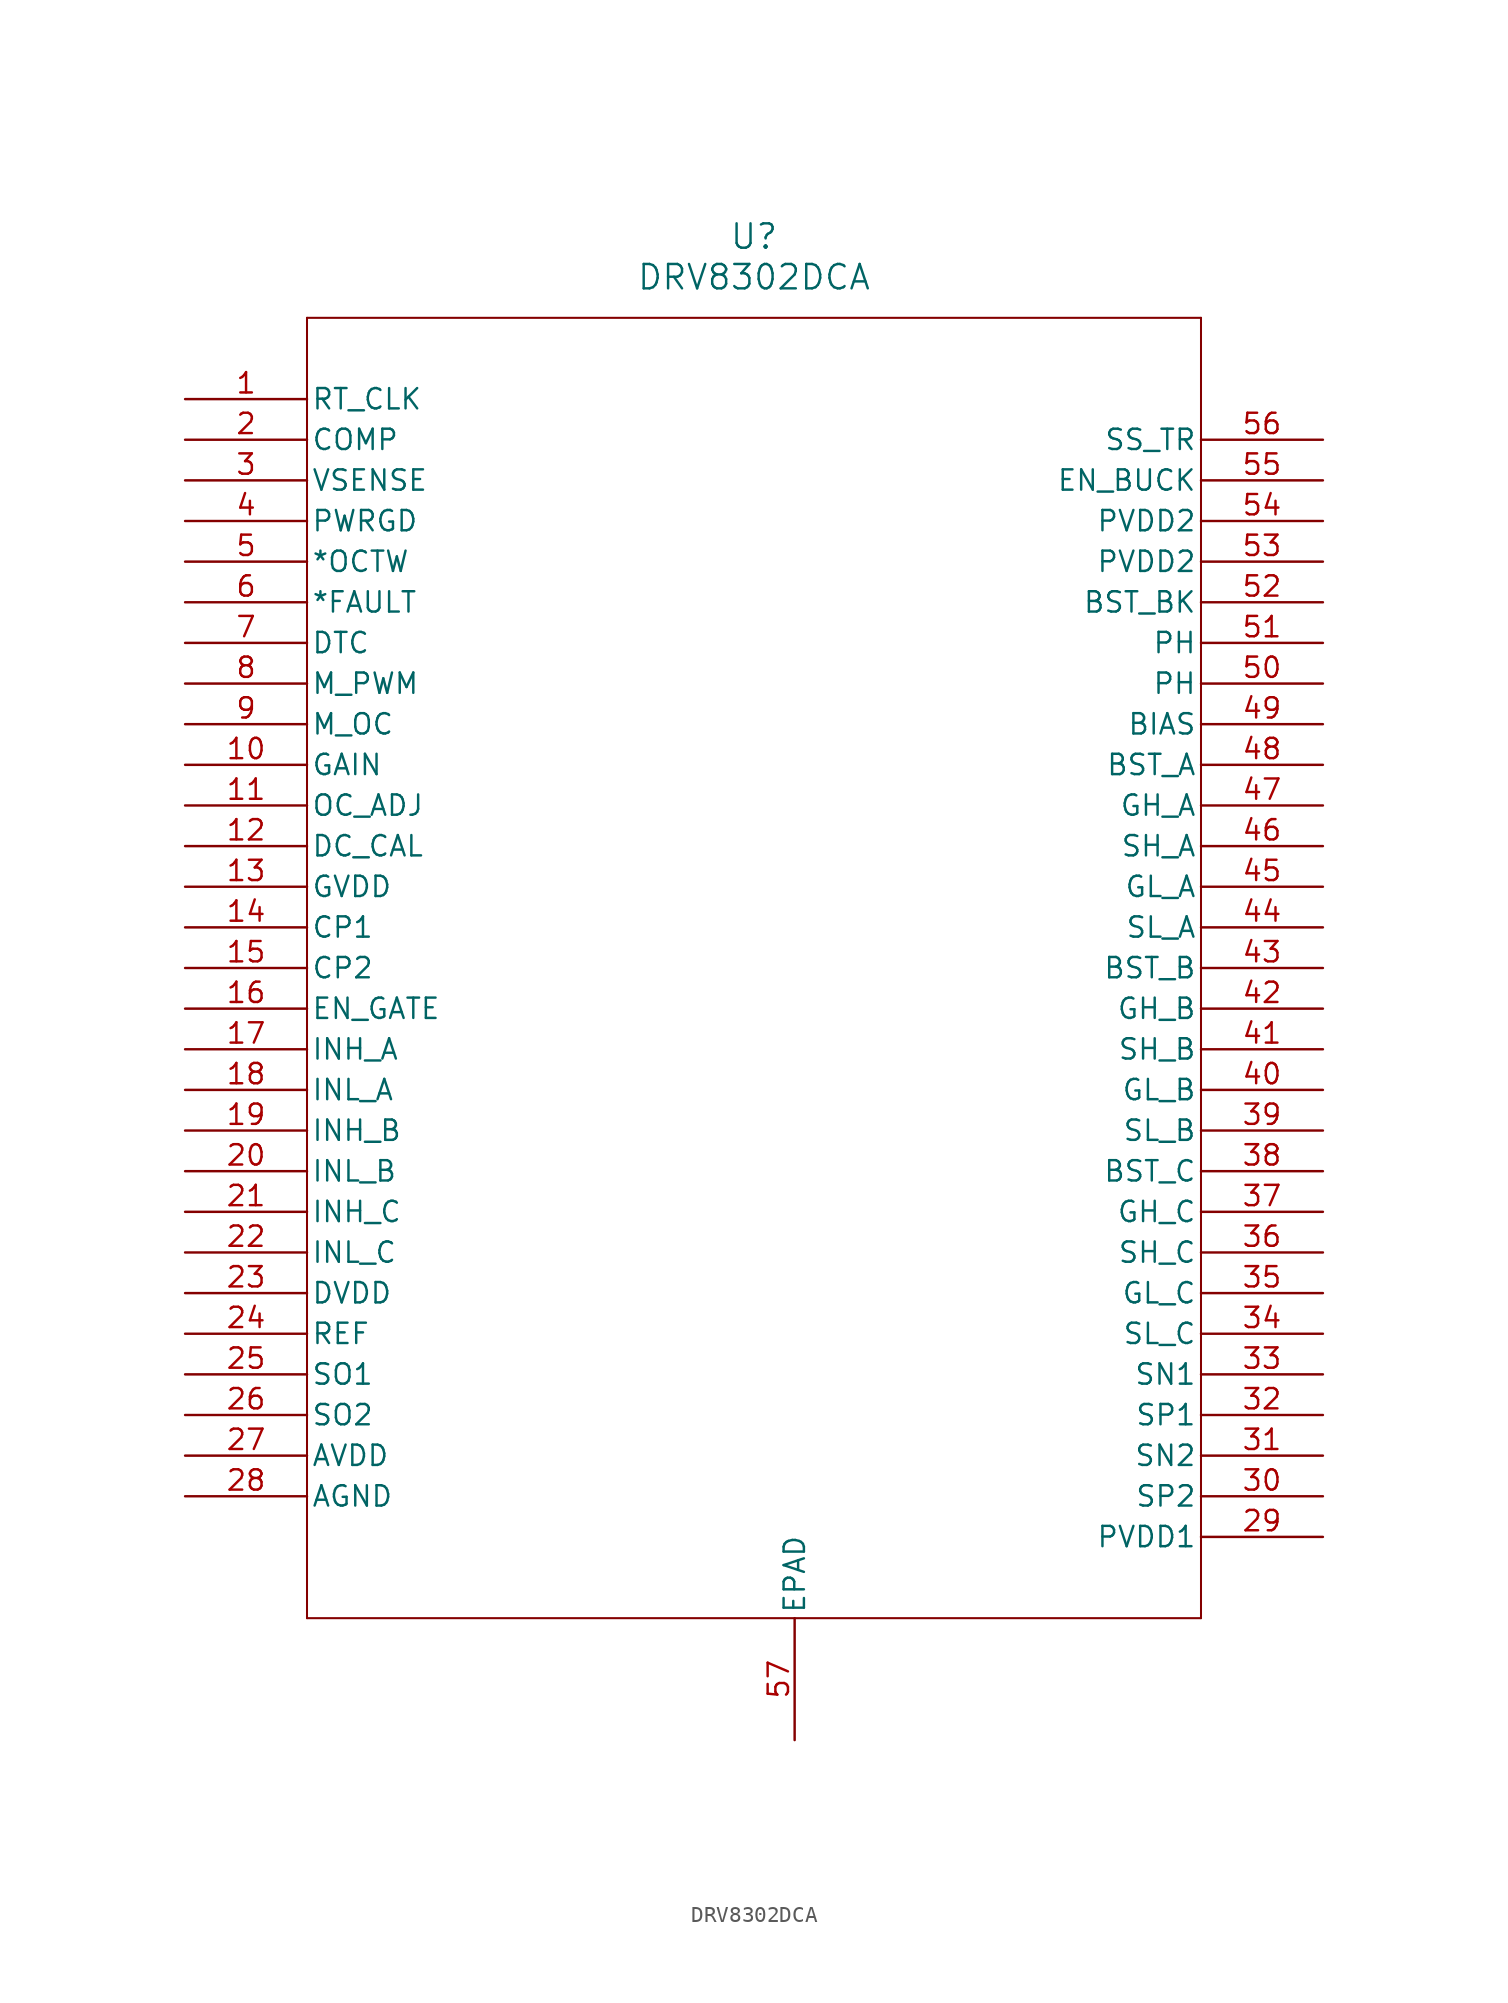
<source format=kicad_sym>
(kicad_symbol_lib
  (version 20231120)
  (generator "kicad_symbol_editor")
  (generator_version "8.0")
  (symbol "DRV8302DCA"
    (pin_names
      (offset 0.254))
    (property "Reference" "U"
      (at 35.56 10.16 0)
      (effects (font (size 1.524 1.524))))
    (property "Value" "DRV8302DCA"
      (at 35.56 7.62 0)
      (effects (font (size 1.524 1.524))))
    (property "ki_locked" ""
      (at 0 0 0)
      (effects (font (size 1.27 1.27))))
    (symbol "DRV8302DCA_0_1"
      (polyline (pts (xy 7.62 -76.2) (xy 63.5 -76.2)) (stroke (width 0.127) (type default)) (fill (type none)))
      (polyline (pts (xy 7.62 5.08) (xy 7.62 -76.2)) (stroke (width 0.127) (type default)) (fill (type none)))
      (polyline (pts (xy 63.5 -76.2) (xy 63.5 5.08)) (stroke (width 0.127) (type default)) (fill (type none)))
      (polyline (pts (xy 63.5 5.08) (xy 7.62 5.08)) (stroke (width 0.127) (type default)) (fill (type none)))
      (pin input line (at 0 0 0) (length 7.62) (name "RT_CLK" (effects (font (size 1.27 1.27)))) (number "1" (effects (font (size 1.27 1.27)))))
      (pin output line (at 0 -22.86 0) (length 7.62) (name "GAIN" (effects (font (size 1.27 1.27)))) (number "10" (effects (font (size 1.27 1.27)))))
      (pin input line (at 0 -25.4 0) (length 7.62) (name "OC_ADJ" (effects (font (size 1.27 1.27)))) (number "11" (effects (font (size 1.27 1.27)))))
      (pin input line (at 0 -27.94 0) (length 7.62) (name "DC_CAL" (effects (font (size 1.27 1.27)))) (number "12" (effects (font (size 1.27 1.27)))))
      (pin power_in line (at 0 -30.48 0) (length 7.62) (name "GVDD" (effects (font (size 1.27 1.27)))) (number "13" (effects (font (size 1.27 1.27)))))
      (pin power_in line (at 0 -33.02 0) (length 7.62) (name "CP1" (effects (font (size 1.27 1.27)))) (number "14" (effects (font (size 1.27 1.27)))))
      (pin power_in line (at 0 -35.56 0) (length 7.62) (name "CP2" (effects (font (size 1.27 1.27)))) (number "15" (effects (font (size 1.27 1.27)))))
      (pin input line (at 0 -38.1 0) (length 7.62) (name "EN_GATE" (effects (font (size 1.27 1.27)))) (number "16" (effects (font (size 1.27 1.27)))))
      (pin input line (at 0 -40.64 0) (length 7.62) (name "INH_A" (effects (font (size 1.27 1.27)))) (number "17" (effects (font (size 1.27 1.27)))))
      (pin input line (at 0 -43.18 0) (length 7.62) (name "INL_A" (effects (font (size 1.27 1.27)))) (number "18" (effects (font (size 1.27 1.27)))))
      (pin input line (at 0 -45.72 0) (length 7.62) (name "INH_B" (effects (font (size 1.27 1.27)))) (number "19" (effects (font (size 1.27 1.27)))))
      (pin output line (at 0 -2.54 0) (length 7.62) (name "COMP" (effects (font (size 1.27 1.27)))) (number "2" (effects (font (size 1.27 1.27)))))
      (pin input line (at 0 -48.26 0) (length 7.62) (name "INL_B" (effects (font (size 1.27 1.27)))) (number "20" (effects (font (size 1.27 1.27)))))
      (pin input line (at 0 -50.8 0) (length 7.62) (name "INH_C" (effects (font (size 1.27 1.27)))) (number "21" (effects (font (size 1.27 1.27)))))
      (pin input line (at 0 -53.34 0) (length 7.62) (name "INL_C" (effects (font (size 1.27 1.27)))) (number "22" (effects (font (size 1.27 1.27)))))
      (pin power_in line (at 0 -55.88 0) (length 7.62) (name "DVDD" (effects (font (size 1.27 1.27)))) (number "23" (effects (font (size 1.27 1.27)))))
      (pin input line (at 0 -58.42 0) (length 7.62) (name "REF" (effects (font (size 1.27 1.27)))) (number "24" (effects (font (size 1.27 1.27)))))
      (pin output line (at 0 -60.96 0) (length 7.62) (name "SO1" (effects (font (size 1.27 1.27)))) (number "25" (effects (font (size 1.27 1.27)))))
      (pin output line (at 0 -63.5 0) (length 7.62) (name "SO2" (effects (font (size 1.27 1.27)))) (number "26" (effects (font (size 1.27 1.27)))))
      (pin power_in line (at 0 -66.04 0) (length 7.62) (name "AVDD" (effects (font (size 1.27 1.27)))) (number "27" (effects (font (size 1.27 1.27)))))
      (pin power_in line (at 0 -68.58 0) (length 7.62) (name "AGND" (effects (font (size 1.27 1.27)))) (number "28" (effects (font (size 1.27 1.27)))))
      (pin power_in line (at 71.12 -71.12 180) (length 7.62) (name "PVDD1" (effects (font (size 1.27 1.27)))) (number "29" (effects (font (size 1.27 1.27)))))
      (pin input line (at 0 -5.08 0) (length 7.62) (name "VSENSE" (effects (font (size 1.27 1.27)))) (number "3" (effects (font (size 1.27 1.27)))))
      (pin input line (at 71.12 -68.58 180) (length 7.62) (name "SP2" (effects (font (size 1.27 1.27)))) (number "30" (effects (font (size 1.27 1.27)))))
      (pin input line (at 71.12 -66.04 180) (length 7.62) (name "SN2" (effects (font (size 1.27 1.27)))) (number "31" (effects (font (size 1.27 1.27)))))
      (pin input line (at 71.12 -63.5 180) (length 7.62) (name "SP1" (effects (font (size 1.27 1.27)))) (number "32" (effects (font (size 1.27 1.27)))))
      (pin input line (at 71.12 -60.96 180) (length 7.62) (name "SN1" (effects (font (size 1.27 1.27)))) (number "33" (effects (font (size 1.27 1.27)))))
      (pin input line (at 71.12 -58.42 180) (length 7.62) (name "SL_C" (effects (font (size 1.27 1.27)))) (number "34" (effects (font (size 1.27 1.27)))))
      (pin output line (at 71.12 -55.88 180) (length 7.62) (name "GL_C" (effects (font (size 1.27 1.27)))) (number "35" (effects (font (size 1.27 1.27)))))
      (pin input line (at 71.12 -53.34 180) (length 7.62) (name "SH_C" (effects (font (size 1.27 1.27)))) (number "36" (effects (font (size 1.27 1.27)))))
      (pin output line (at 71.12 -50.8 180) (length 7.62) (name "GH_C" (effects (font (size 1.27 1.27)))) (number "37" (effects (font (size 1.27 1.27)))))
      (pin power_in line (at 71.12 -48.26 180) (length 7.62) (name "BST_C" (effects (font (size 1.27 1.27)))) (number "38" (effects (font (size 1.27 1.27)))))
      (pin input line (at 71.12 -45.72 180) (length 7.62) (name "SL_B" (effects (font (size 1.27 1.27)))) (number "39" (effects (font (size 1.27 1.27)))))
      (pin input line (at 0 -7.62 0) (length 7.62) (name "PWRGD" (effects (font (size 1.27 1.27)))) (number "4" (effects (font (size 1.27 1.27)))))
      (pin output line (at 71.12 -43.18 180) (length 7.62) (name "GL_B" (effects (font (size 1.27 1.27)))) (number "40" (effects (font (size 1.27 1.27)))))
      (pin input line (at 71.12 -40.64 180) (length 7.62) (name "SH_B" (effects (font (size 1.27 1.27)))) (number "41" (effects (font (size 1.27 1.27)))))
      (pin output line (at 71.12 -38.1 180) (length 7.62) (name "GH_B" (effects (font (size 1.27 1.27)))) (number "42" (effects (font (size 1.27 1.27)))))
      (pin power_in line (at 71.12 -35.56 180) (length 7.62) (name "BST_B" (effects (font (size 1.27 1.27)))) (number "43" (effects (font (size 1.27 1.27)))))
      (pin input line (at 71.12 -33.02 180) (length 7.62) (name "SL_A" (effects (font (size 1.27 1.27)))) (number "44" (effects (font (size 1.27 1.27)))))
      (pin output line (at 71.12 -30.48 180) (length 7.62) (name "GL_A" (effects (font (size 1.27 1.27)))) (number "45" (effects (font (size 1.27 1.27)))))
      (pin input line (at 71.12 -27.94 180) (length 7.62) (name "SH_A" (effects (font (size 1.27 1.27)))) (number "46" (effects (font (size 1.27 1.27)))))
      (pin output line (at 71.12 -25.4 180) (length 7.62) (name "GH_A" (effects (font (size 1.27 1.27)))) (number "47" (effects (font (size 1.27 1.27)))))
      (pin power_in line (at 71.12 -22.86 180) (length 7.62) (name "BST_A" (effects (font (size 1.27 1.27)))) (number "48" (effects (font (size 1.27 1.27)))))
      (pin input line (at 71.12 -20.32 180) (length 7.62) (name "BIAS" (effects (font (size 1.27 1.27)))) (number "49" (effects (font (size 1.27 1.27)))))
      (pin output line (at 0 -10.16 0) (length 7.62) (name "*OCTW" (effects (font (size 1.27 1.27)))) (number "5" (effects (font (size 1.27 1.27)))))
      (pin output line (at 71.12 -17.78 180) (length 7.62) (name "PH" (effects (font (size 1.27 1.27)))) (number "50" (effects (font (size 1.27 1.27)))))
      (pin output line (at 71.12 -15.24 180) (length 7.62) (name "PH" (effects (font (size 1.27 1.27)))) (number "51" (effects (font (size 1.27 1.27)))))
      (pin power_in line (at 71.12 -12.7 180) (length 7.62) (name "BST_BK" (effects (font (size 1.27 1.27)))) (number "52" (effects (font (size 1.27 1.27)))))
      (pin power_in line (at 71.12 -10.16 180) (length 7.62) (name "PVDD2" (effects (font (size 1.27 1.27)))) (number "53" (effects (font (size 1.27 1.27)))))
      (pin power_in line (at 71.12 -7.62 180) (length 7.62) (name "PVDD2" (effects (font (size 1.27 1.27)))) (number "54" (effects (font (size 1.27 1.27)))))
      (pin input line (at 71.12 -5.08 180) (length 7.62) (name "EN_BUCK" (effects (font (size 1.27 1.27)))) (number "55" (effects (font (size 1.27 1.27)))))
      (pin input line (at 71.12 -2.54 180) (length 7.62) (name "SS_TR" (effects (font (size 1.27 1.27)))) (number "56" (effects (font (size 1.27 1.27)))))
      (pin output line (at 0 -12.7 0) (length 7.62) (name "*FAULT" (effects (font (size 1.27 1.27)))) (number "6" (effects (font (size 1.27 1.27)))))
      (pin input line (at 0 -15.24 0) (length 7.62) (name "DTC" (effects (font (size 1.27 1.27)))) (number "7" (effects (font (size 1.27 1.27)))))
      (pin input line (at 0 -17.78 0) (length 7.62) (name "M_PWM" (effects (font (size 1.27 1.27)))) (number "8" (effects (font (size 1.27 1.27)))))
      (pin input line (at 0 -20.32 0) (length 7.62) (name "M_OC" (effects (font (size 1.27 1.27)))) (number "9" (effects (font (size 1.27 1.27))))))
    (symbol "DRV8302DCA_1_1"
      (pin unspecified line (at 38.1 -83.82 90) (length 7.62) (name "EPAD" (effects (font (size 1.27 1.27)))) (number "57" (effects (font (size 1.27 1.27))))))))
</source>
